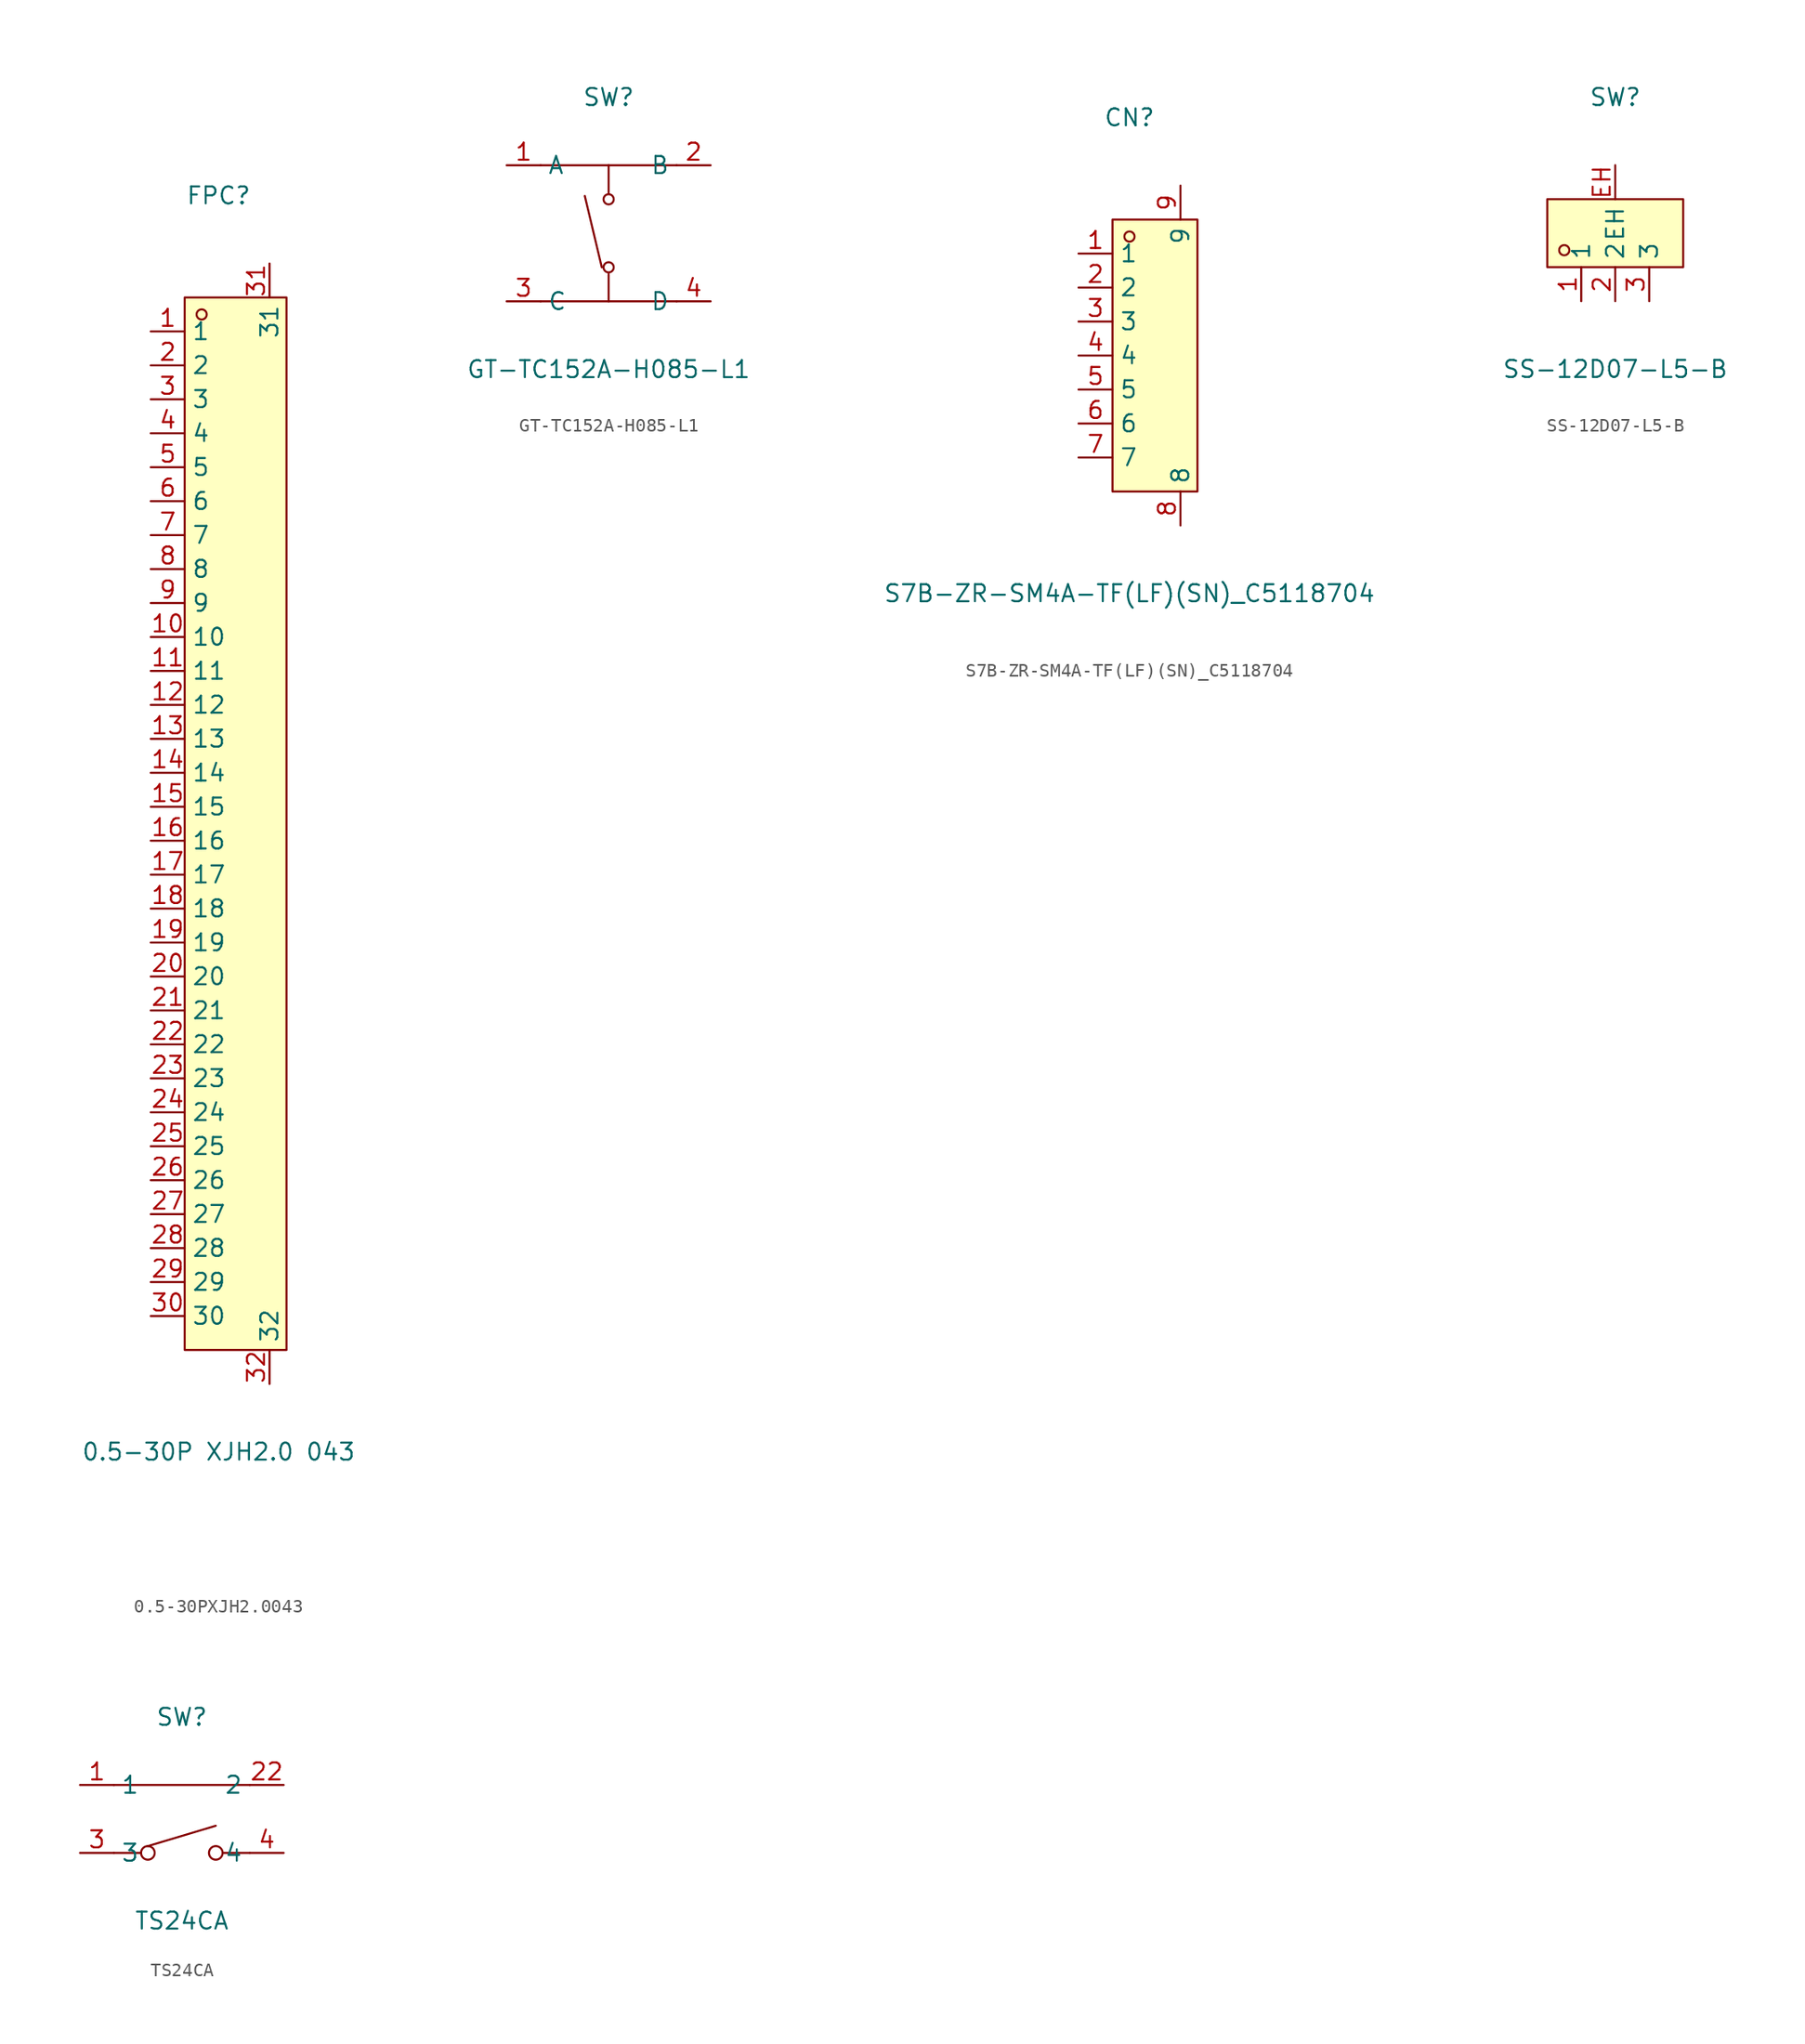
<source format=kicad_sym>
(kicad_symbol_lib
  (version 20211014)
  (generator https://github.com/uPesy/easyeda2kicad.py)
  (symbol "0.5-30PXJH2.0043"
    (property "Reference" "FPC"
      (at 0 46.99 0)
      (effects (font (size 1.27 1.27))))
    (property "Value" "0.5-30P XJH2.0 043"
      (at 0 -46.99 0)
      (effects (font (size 1.27 1.27))))
    (symbol "0.5-30PXJH2.0043_0_1"
      (rectangle (start -2.54 39.37) (end 5.08 -39.37) (stroke (width 0) (type default) (color 0 0 0 0)) (fill (type background)))
      (circle (center -1.27 38.10) (radius 0.38) (stroke (width 0) (type default) (color 0 0 0 0)) (fill (type none)))
      (pin unspecified line (at -5.08 36.83 0) (length 2.54) (name "1" (effects (font (size 1.27 1.27)))) (number "1" (effects (font (size 1.27 1.27)))))
      (pin unspecified line (at -5.08 34.29 0) (length 2.54) (name "2" (effects (font (size 1.27 1.27)))) (number "2" (effects (font (size 1.27 1.27)))))
      (pin unspecified line (at -5.08 31.75 0) (length 2.54) (name "3" (effects (font (size 1.27 1.27)))) (number "3" (effects (font (size 1.27 1.27)))))
      (pin unspecified line (at -5.08 29.21 0) (length 2.54) (name "4" (effects (font (size 1.27 1.27)))) (number "4" (effects (font (size 1.27 1.27)))))
      (pin unspecified line (at -5.08 26.67 0) (length 2.54) (name "5" (effects (font (size 1.27 1.27)))) (number "5" (effects (font (size 1.27 1.27)))))
      (pin unspecified line (at -5.08 24.13 0) (length 2.54) (name "6" (effects (font (size 1.27 1.27)))) (number "6" (effects (font (size 1.27 1.27)))))
      (pin unspecified line (at -5.08 21.59 0) (length 2.54) (name "7" (effects (font (size 1.27 1.27)))) (number "7" (effects (font (size 1.27 1.27)))))
      (pin unspecified line (at -5.08 19.05 0) (length 2.54) (name "8" (effects (font (size 1.27 1.27)))) (number "8" (effects (font (size 1.27 1.27)))))
      (pin unspecified line (at -5.08 16.51 0) (length 2.54) (name "9" (effects (font (size 1.27 1.27)))) (number "9" (effects (font (size 1.27 1.27)))))
      (pin unspecified line (at -5.08 13.97 0) (length 2.54) (name "10" (effects (font (size 1.27 1.27)))) (number "10" (effects (font (size 1.27 1.27)))))
      (pin unspecified line (at -5.08 11.43 0) (length 2.54) (name "11" (effects (font (size 1.27 1.27)))) (number "11" (effects (font (size 1.27 1.27)))))
      (pin unspecified line (at -5.08 8.89 0) (length 2.54) (name "12" (effects (font (size 1.27 1.27)))) (number "12" (effects (font (size 1.27 1.27)))))
      (pin unspecified line (at -5.08 6.35 0) (length 2.54) (name "13" (effects (font (size 1.27 1.27)))) (number "13" (effects (font (size 1.27 1.27)))))
      (pin unspecified line (at -5.08 3.81 0) (length 2.54) (name "14" (effects (font (size 1.27 1.27)))) (number "14" (effects (font (size 1.27 1.27)))))
      (pin unspecified line (at -5.08 1.27 0) (length 2.54) (name "15" (effects (font (size 1.27 1.27)))) (number "15" (effects (font (size 1.27 1.27)))))
      (pin unspecified line (at -5.08 -1.27 0) (length 2.54) (name "16" (effects (font (size 1.27 1.27)))) (number "16" (effects (font (size 1.27 1.27)))))
      (pin unspecified line (at -5.08 -3.81 0) (length 2.54) (name "17" (effects (font (size 1.27 1.27)))) (number "17" (effects (font (size 1.27 1.27)))))
      (pin unspecified line (at -5.08 -6.35 0) (length 2.54) (name "18" (effects (font (size 1.27 1.27)))) (number "18" (effects (font (size 1.27 1.27)))))
      (pin unspecified line (at -5.08 -8.89 0) (length 2.54) (name "19" (effects (font (size 1.27 1.27)))) (number "19" (effects (font (size 1.27 1.27)))))
      (pin unspecified line (at -5.08 -11.43 0) (length 2.54) (name "20" (effects (font (size 1.27 1.27)))) (number "20" (effects (font (size 1.27 1.27)))))
      (pin unspecified line (at -5.08 -13.97 0) (length 2.54) (name "21" (effects (font (size 1.27 1.27)))) (number "21" (effects (font (size 1.27 1.27)))))
      (pin unspecified line (at -5.08 -16.51 0) (length 2.54) (name "22" (effects (font (size 1.27 1.27)))) (number "22" (effects (font (size 1.27 1.27)))))
      (pin unspecified line (at -5.08 -19.05 0) (length 2.54) (name "23" (effects (font (size 1.27 1.27)))) (number "23" (effects (font (size 1.27 1.27)))))
      (pin unspecified line (at -5.08 -21.59 0) (length 2.54) (name "24" (effects (font (size 1.27 1.27)))) (number "24" (effects (font (size 1.27 1.27)))))
      (pin unspecified line (at -5.08 -24.13 0) (length 2.54) (name "25" (effects (font (size 1.27 1.27)))) (number "25" (effects (font (size 1.27 1.27)))))
      (pin unspecified line (at -5.08 -26.67 0) (length 2.54) (name "26" (effects (font (size 1.27 1.27)))) (number "26" (effects (font (size 1.27 1.27)))))
      (pin unspecified line (at -5.08 -29.21 0) (length 2.54) (name "27" (effects (font (size 1.27 1.27)))) (number "27" (effects (font (size 1.27 1.27)))))
      (pin unspecified line (at -5.08 -31.75 0) (length 2.54) (name "28" (effects (font (size 1.27 1.27)))) (number "28" (effects (font (size 1.27 1.27)))))
      (pin unspecified line (at -5.08 -34.29 0) (length 2.54) (name "29" (effects (font (size 1.27 1.27)))) (number "29" (effects (font (size 1.27 1.27)))))
      (pin unspecified line (at -5.08 -36.83 0) (length 2.54) (name "30" (effects (font (size 1.27 1.27)))) (number "30" (effects (font (size 1.27 1.27)))))
      (pin unspecified line (at 3.81 41.91 270) (length 2.54) (name "31" (effects (font (size 1.27 1.27)))) (number "31" (effects (font (size 1.27 1.27)))))
      (pin unspecified line (at 3.81 -41.91 90) (length 2.54) (name "32" (effects (font (size 1.27 1.27)))) (number "32" (effects (font (size 1.27 1.27)))))))
  (symbol "GT-TC152A-H085-L1"
    (property "Reference" "SW"
      (at 0 10.16 0)
      (effects (font (size 1.27 1.27))))
    (property "Value" "GT-TC152A-H085-L1"
      (at 0 -10.16 0)
      (effects (font (size 1.27 1.27))))
    (symbol "GT-TC152A-H085-L1_0_1"
      (circle (center 0.00 -2.54) (radius 0.38) (stroke (width 0) (type default) (color 0 0 0 0)) (fill (type none)))
      (circle (center 0.00 2.54) (radius 0.38) (stroke (width 0) (type default) (color 0 0 0 0)) (fill (type none)))
      (polyline (pts (xy 0.00 3.05) (xy 0.00 5.08)) (stroke (width 0) (type default) (color 0 0 0 0)) (fill (type none)))
      (polyline (pts (xy 0.00 -3.05) (xy 0.00 -5.08)) (stroke (width 0) (type default) (color 0 0 0 0)) (fill (type none)))
      (polyline (pts (xy -0.51 -2.54) (xy -1.78 2.79)) (stroke (width 0) (type default) (color 0 0 0 0)) (fill (type none)))
      (polyline (pts (xy -5.08 -5.08) (xy 5.08 -5.08)) (stroke (width 0) (type default) (color 0 0 0 0)) (fill (type none)))
      (polyline (pts (xy -5.08 5.08) (xy 5.08 5.08)) (stroke (width 0) (type default) (color 0 0 0 0)) (fill (type none)))
      (pin unspecified line (at -7.62 5.08 0) (length 2.54) (name "A" (effects (font (size 1.27 1.27)))) (number "1" (effects (font (size 1.27 1.27)))))
      (pin unspecified line (at 7.62 5.08 180) (length 2.54) (name "B" (effects (font (size 1.27 1.27)))) (number "2" (effects (font (size 1.27 1.27)))))
      (pin unspecified line (at -7.62 -5.08 0) (length 2.54) (name "C" (effects (font (size 1.27 1.27)))) (number "3" (effects (font (size 1.27 1.27)))))
      (pin unspecified line (at 7.62 -5.08 180) (length 2.54) (name "D" (effects (font (size 1.27 1.27)))) (number "4" (effects (font (size 1.27 1.27)))))))
  (symbol "S7B-ZR-SM4A-TF(LF)(SN)_C5118704"
    (property "Reference" "CN"
      (at 0 17.78 0)
      (effects (font (size 1.27 1.27))))
    (property "Value" "S7B-ZR-SM4A-TF(LF)(SN)_C5118704"
      (at 0 -17.78 0)
      (effects (font (size 1.27 1.27))))
    (symbol "S7B-ZR-SM4A-TF(LF)(SN)_C5118704_0_1"
      (rectangle (start -1.27 10.16) (end 5.08 -10.16) (stroke (width 0) (type default) (color 0 0 0 0)) (fill (type background)))
      (circle (center 0.00 8.89) (radius 0.38) (stroke (width 0) (type default) (color 0 0 0 0)) (fill (type none)))
      (pin unspecified line (at -3.81 7.62 0) (length 2.54) (name "1" (effects (font (size 1.27 1.27)))) (number "1" (effects (font (size 1.27 1.27)))))
      (pin unspecified line (at -3.81 5.08 0) (length 2.54) (name "2" (effects (font (size 1.27 1.27)))) (number "2" (effects (font (size 1.27 1.27)))))
      (pin unspecified line (at -3.81 2.54 0) (length 2.54) (name "3" (effects (font (size 1.27 1.27)))) (number "3" (effects (font (size 1.27 1.27)))))
      (pin unspecified line (at -3.81 -0.00 0) (length 2.54) (name "4" (effects (font (size 1.27 1.27)))) (number "4" (effects (font (size 1.27 1.27)))))
      (pin unspecified line (at -3.81 -2.54 0) (length 2.54) (name "5" (effects (font (size 1.27 1.27)))) (number "5" (effects (font (size 1.27 1.27)))))
      (pin unspecified line (at -3.81 -5.08 0) (length 2.54) (name "6" (effects (font (size 1.27 1.27)))) (number "6" (effects (font (size 1.27 1.27)))))
      (pin unspecified line (at -3.81 -7.62 0) (length 2.54) (name "7" (effects (font (size 1.27 1.27)))) (number "7" (effects (font (size 1.27 1.27)))))
      (pin unspecified line (at 3.81 -12.70 90) (length 2.54) (name "8" (effects (font (size 1.27 1.27)))) (number "8" (effects (font (size 1.27 1.27)))))
      (pin unspecified line (at 3.81 12.70 270) (length 2.54) (name "9" (effects (font (size 1.27 1.27)))) (number "9" (effects (font (size 1.27 1.27)))))))
  (symbol "SS-12D07-L5-B"
    (property "Reference" "SW"
      (at 0 11.43 0)
      (effects (font (size 1.27 1.27))))
    (property "Value" "SS-12D07-L5-B"
      (at 0 -8.89 0)
      (effects (font (size 1.27 1.27))))
    (symbol "SS-12D07-L5-B_0_1"
      (rectangle (start -5.08 3.81) (end 5.08 -1.27) (stroke (width 0) (type default) (color 0 0 0 0)) (fill (type background)))
      (circle (center -3.81 -0.00) (radius 0.38) (stroke (width 0) (type default) (color 0 0 0 0)) (fill (type none)))
      (pin unspecified line (at -2.54 -3.81 90) (length 2.54) (name "1" (effects (font (size 1.27 1.27)))) (number "1" (effects (font (size 1.27 1.27)))))
      (pin unspecified line (at 0.00 -3.81 90) (length 2.54) (name "2" (effects (font (size 1.27 1.27)))) (number "2" (effects (font (size 1.27 1.27)))))
      (pin unspecified line (at 2.54 -3.81 90) (length 2.54) (name "3" (effects (font (size 1.27 1.27)))) (number "3" (effects (font (size 1.27 1.27)))))
      (pin unspecified line (at 0.00 6.35 270) (length 2.54) (name "EH" (effects (font (size 1.27 1.27)))) (number "EH" (effects (font (size 1.27 1.27)))))))
  (symbol "TS24CA"
    (property "Reference" "SW"
      (at 0 7.62 0)
      (effects (font (size 1.27 1.27))))
    (property "Value" "TS24CA"
      (at 0 -7.62 0)
      (effects (font (size 1.27 1.27))))
    (symbol "TS24CA_0_1"
      (circle (center -2.54 -2.54) (radius 0.51) (stroke (width 0) (type default) (color 0 0 0 0)) (fill (type none)))
      (circle (center 2.54 -2.54) (radius 0.51) (stroke (width 0) (type default) (color 0 0 0 0)) (fill (type none)))
      (polyline (pts (xy -2.54 -2.03) (xy 2.54 -0.51) (xy 2.54 -0.51)) (stroke (width 0) (type default) (color 0 0 0 0)) (fill (type none)))
      (polyline (pts (xy 3.05 -2.54) (xy 5.08 -2.54)) (stroke (width 0) (type default) (color 0 0 0 0)) (fill (type none)))
      (polyline (pts (xy -3.05 -2.54) (xy -5.08 -2.54)) (stroke (width 0) (type default) (color 0 0 0 0)) (fill (type none)))
      (polyline (pts (xy -5.08 2.54) (xy 5.08 2.54)) (stroke (width 0) (type default) (color 0 0 0 0)) (fill (type none)))
      (pin unspecified line (at -7.62 2.54 0) (length 2.54) (name "1" (effects (font (size 1.27 1.27)))) (number "1" (effects (font (size 1.27 1.27)))))
      (pin unspecified line (at 7.62 2.54 180) (length 2.54) (name "2" (effects (font (size 1.27 1.27)))) (number "22" (effects (font (size 1.27 1.27)))))
      (pin unspecified line (at -7.62 -2.54 0) (length 2.54) (name "3" (effects (font (size 1.27 1.27)))) (number "3" (effects (font (size 1.27 1.27)))))
      (pin unspecified line (at 7.62 -2.54 180) (length 2.54) (name "4" (effects (font (size 1.27 1.27)))) (number "4" (effects (font (size 1.27 1.27))))))))
</source>
